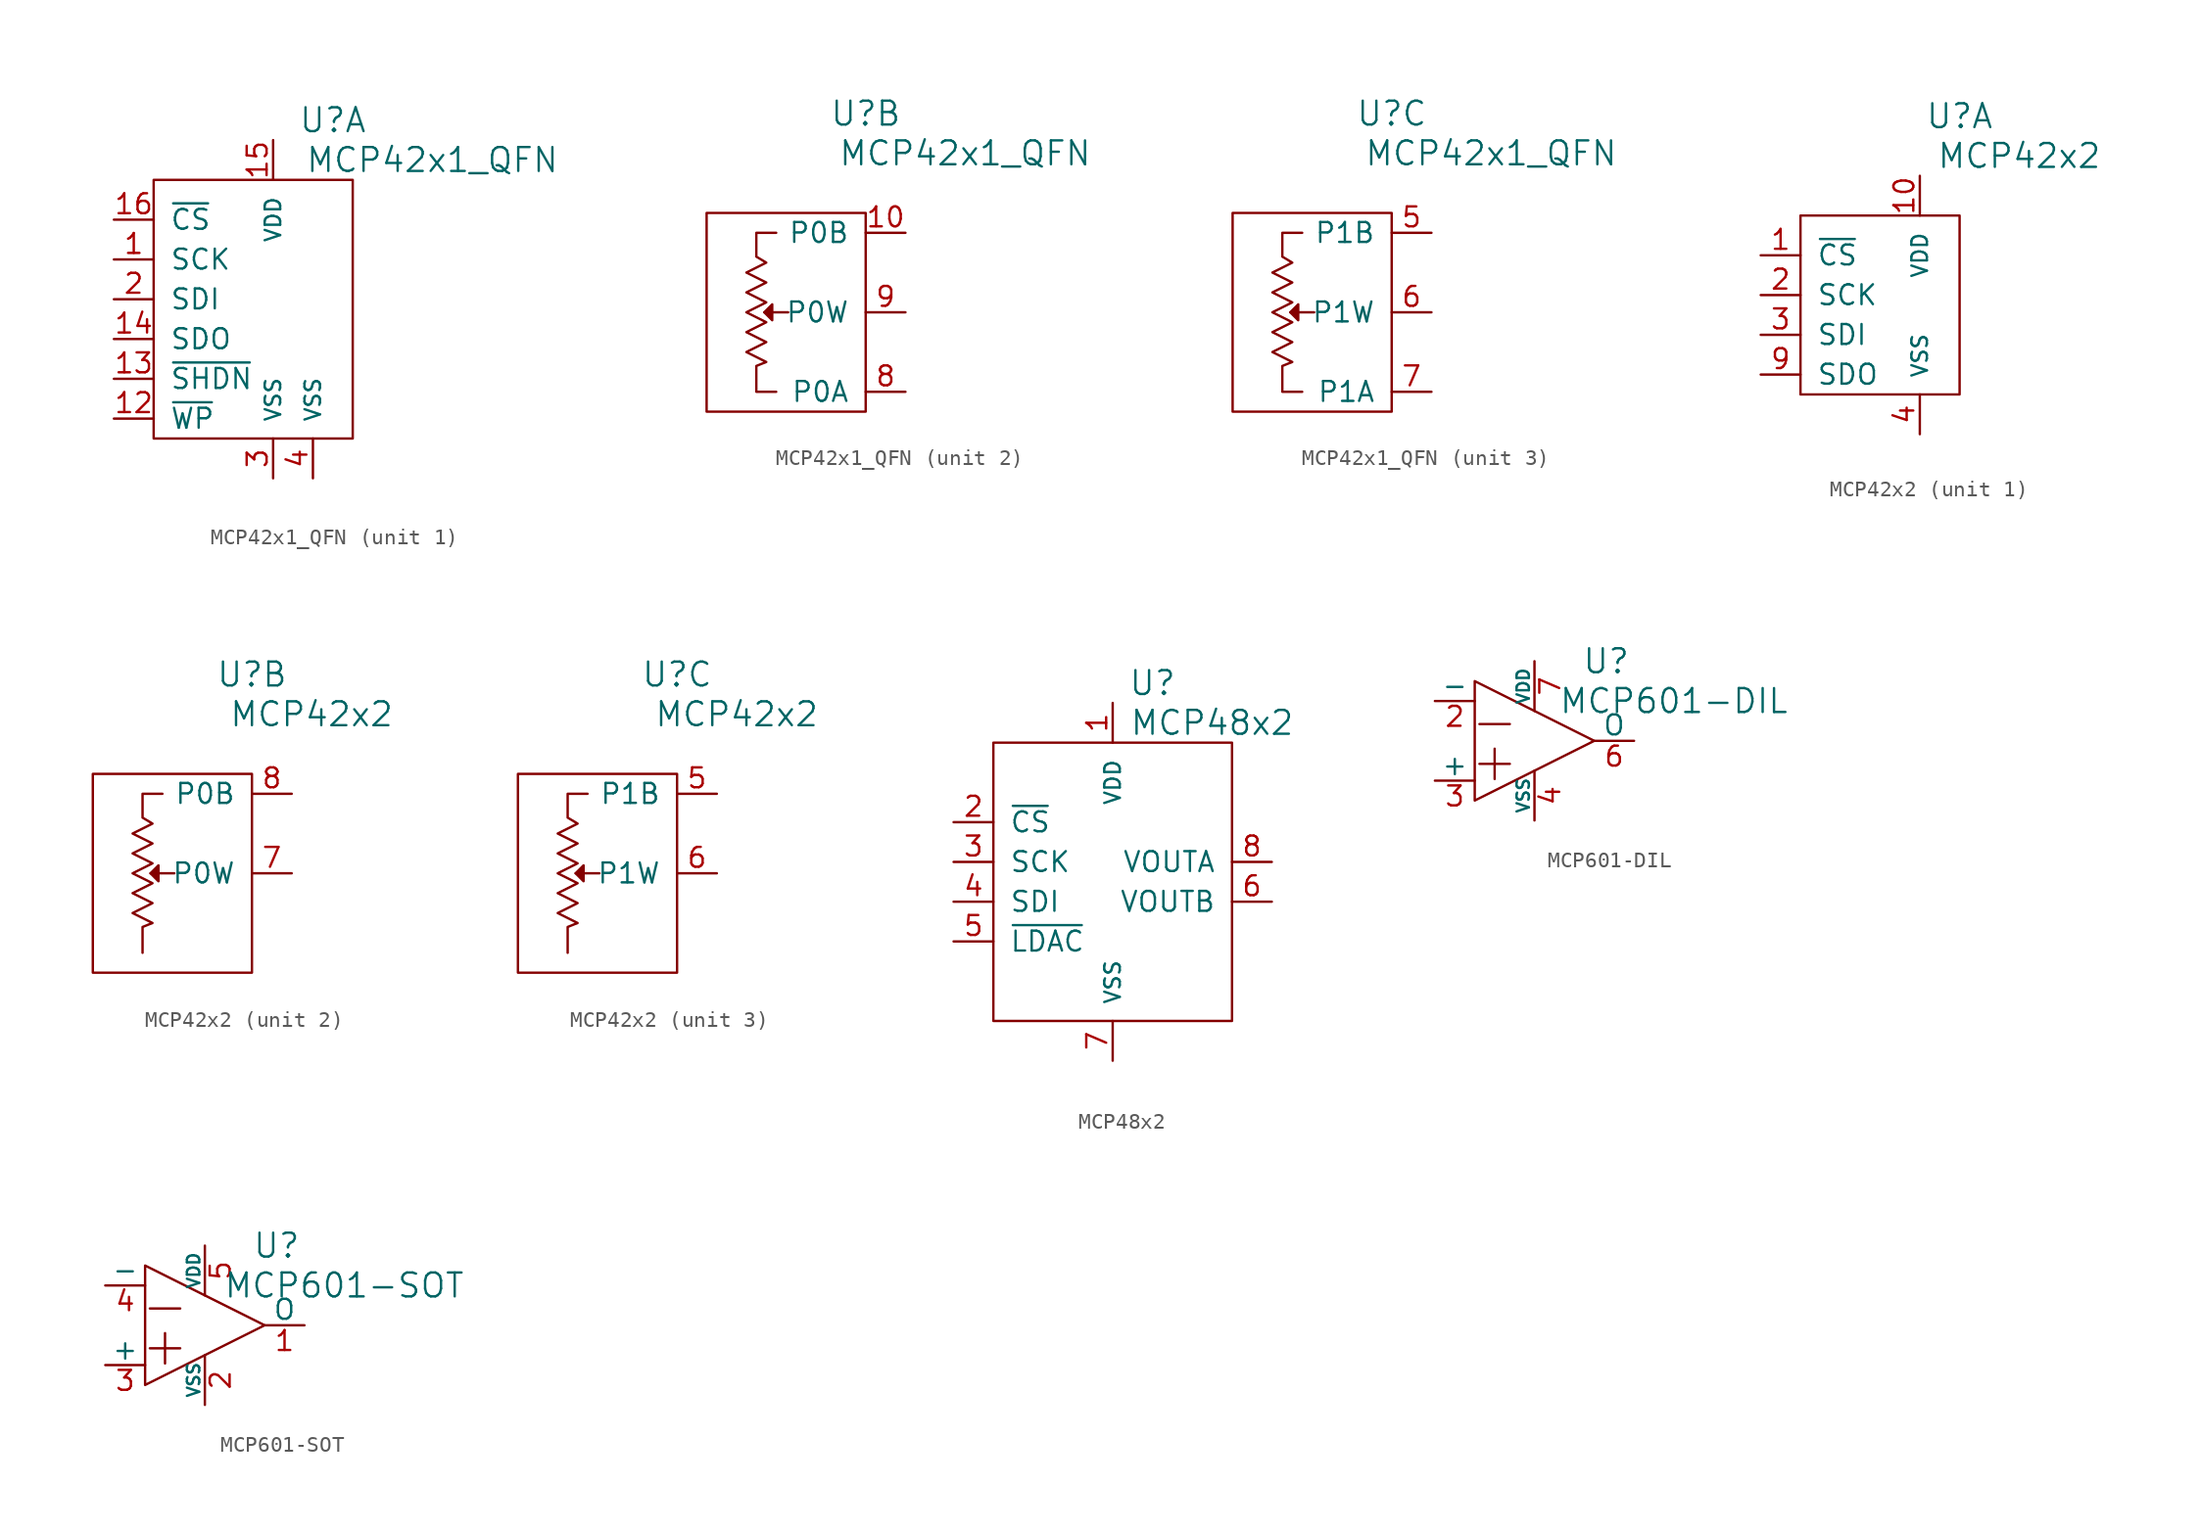
<source format=kicad_sym>
(kicad_symbol_lib
  (version 20220914)
  (generator kicad_symbol_editor)
  (symbol "MCP42x1_QFN"
    (pin_names
      (offset 1.016))
    (property "Reference" "U"
      (at 5.08 12.7 0)
      (effects (font (size 1.524 1.524))))
    (property "Value" "MCP42x1_QFN"
      (at 11.43 10.16 0)
      (effects (font (size 1.524 1.524))))
    (property "Footprint" ""
      (at -1.27 0 0)
      (effects (font (size 1.524 1.524))))
    (property "Datasheet" ""
      (at 0 0 0)
      (effects (font (size 1.524 1.524))))
    (property "ki_locked" ""
      (at 0 0 0)
      (effects (font (size 1.27 1.27))))
    (symbol "MCP42x1_QFN_1_1"
      (rectangle (start -6.35 8.89) (end 6.35 -7.62) (stroke (width 0) (type solid)) (fill (type none)))
      (pin passive line (at -8.89 3.81 0) (length 2.54) (name "SCK" (effects (font (size 1.27 1.27)))) (number "1" (effects (font (size 1.27 1.27)))))
      (pin passive line (at -8.89 -6.35 0) (length 2.54) (name "~{WP}" (effects (font (size 1.27 1.27)))) (number "12" (effects (font (size 1.27 1.27)))))
      (pin passive line (at -8.89 -3.81 0) (length 2.54) (name "~{SHDN}" (effects (font (size 1.27 1.27)))) (number "13" (effects (font (size 1.27 1.27)))))
      (pin passive line (at -8.89 -1.27 0) (length 2.54) (name "SDO" (effects (font (size 1.27 1.27)))) (number "14" (effects (font (size 1.27 1.27)))))
      (pin passive line (at 1.27 11.43 270) (length 2.54) (name "VDD" (effects (font (size 0.991 0.991)))) (number "15" (effects (font (size 1.27 1.27)))))
      (pin passive line (at -8.89 6.35 0) (length 2.54) (name "~{CS}" (effects (font (size 1.27 1.27)))) (number "16" (effects (font (size 1.27 1.27)))))
      (pin passive line (at -8.89 1.27 0) (length 2.54) (name "SDI" (effects (font (size 1.27 1.27)))) (number "2" (effects (font (size 1.27 1.27)))))
      (pin passive line (at 1.27 -10.16 90) (length 2.54) (name "VSS" (effects (font (size 0.991 0.991)))) (number "3" (effects (font (size 1.27 1.27)))))
      (pin passive line (at 3.81 -10.16 90) (length 2.54) (name "VSS" (effects (font (size 0.991 0.991)))) (number "4" (effects (font (size 1.27 1.27))))))
    (symbol "MCP42x1_QFN_2_1"
      (rectangle (start -5.08 6.35) (end 5.08 -6.35) (stroke (width 0) (type solid)) (fill (type none)))
      (polyline (pts (xy -1.397 0) (xy 0.127 0)) (stroke (width 0) (type solid)) (fill (type none)))
      (polyline (pts (xy -1.397 0) (xy -0.889 0.508) (xy -0.889 -0.508) (xy -1.397 0)) (stroke (width 0) (type solid)) (fill (type outline)))
      (polyline (pts (xy -0.635 -5.08) (xy -1.905 -5.08) (xy -1.905 -3.429) (xy -1.27 -3.175) (xy -2.54 -2.54) (xy -1.27 -1.905) (xy -2.54 -1.27) (xy -1.27 -0.635) (xy -2.54 0) (xy -1.27 0.635) (xy -2.54 1.27) (xy -1.27 1.905) (xy -2.54 2.54) (xy -1.27 3.175) (xy -1.905 3.556) (xy -1.905 5.08) (xy -0.635 5.08)) (stroke (width 0) (type solid)) (fill (type none)))
      (pin passive line (at 7.62 5.08 180) (length 2.54) (name "P0B" (effects (font (size 1.27 1.27)))) (number "10" (effects (font (size 1.27 1.27)))))
      (pin passive line (at 7.62 -5.08 180) (length 2.54) (name "P0A" (effects (font (size 1.27 1.27)))) (number "8" (effects (font (size 1.27 1.27)))))
      (pin passive line (at 7.62 0 180) (length 2.54) (name "P0W" (effects (font (size 1.27 1.27)))) (number "9" (effects (font (size 1.27 1.27))))))
    (symbol "MCP42x1_QFN_3_1"
      (rectangle (start -5.08 6.35) (end 5.08 -6.35) (stroke (width 0) (type solid)) (fill (type none)))
      (polyline (pts (xy -1.397 0) (xy 0.127 0)) (stroke (width 0) (type solid)) (fill (type none)))
      (polyline (pts (xy -1.397 0) (xy -0.889 0.508) (xy -0.889 -0.508) (xy -1.397 0)) (stroke (width 0) (type solid)) (fill (type outline)))
      (polyline (pts (xy -0.635 -5.08) (xy -1.905 -5.08) (xy -1.905 -3.429) (xy -1.27 -3.175) (xy -2.54 -2.54) (xy -1.27 -1.905) (xy -2.54 -1.27) (xy -1.27 -0.635) (xy -2.54 0) (xy -1.27 0.635) (xy -2.54 1.27) (xy -1.27 1.905) (xy -2.54 2.54) (xy -1.27 3.175) (xy -1.905 3.556) (xy -1.905 5.08) (xy -0.635 5.08)) (stroke (width 0) (type solid)) (fill (type none)))
      (pin passive line (at 7.62 5.08 180) (length 2.54) (name "P1B" (effects (font (size 1.27 1.27)))) (number "5" (effects (font (size 1.27 1.27)))))
      (pin passive line (at 7.62 0 180) (length 2.54) (name "P1W" (effects (font (size 1.27 1.27)))) (number "6" (effects (font (size 1.27 1.27)))))
      (pin passive line (at 7.62 -5.08 180) (length 2.54) (name "P1A" (effects (font (size 1.27 1.27)))) (number "7" (effects (font (size 1.27 1.27)))))))
  (symbol "MCP42x2"
    (pin_names
      (offset 1.016))
    (property "Reference" "U"
      (at 5.08 12.7 0)
      (effects (font (size 1.524 1.524))))
    (property "Value" "MCP42x2"
      (at 8.89 10.16 0)
      (effects (font (size 1.524 1.524))))
    (property "Footprint" ""
      (at 0 0 0)
      (effects (font (size 1.524 1.524))))
    (property "Datasheet" ""
      (at 0 0 0)
      (effects (font (size 1.524 1.524))))
    (property "ki_locked" ""
      (at 0 0 0)
      (effects (font (size 1.27 1.27))))
    (symbol "MCP42x2_1_1"
      (rectangle (start -5.08 6.35) (end 5.08 -5.08) (stroke (width 0) (type solid)) (fill (type none)))
      (pin passive line (at -7.62 3.81 0) (length 2.54) (name "~{CS}" (effects (font (size 1.27 1.27)))) (number "1" (effects (font (size 1.27 1.27)))))
      (pin passive line (at 2.54 8.89 270) (length 2.54) (name "VDD" (effects (font (size 0.991 0.991)))) (number "10" (effects (font (size 1.27 1.27)))))
      (pin passive line (at -7.62 1.27 0) (length 2.54) (name "SCK" (effects (font (size 1.27 1.27)))) (number "2" (effects (font (size 1.27 1.27)))))
      (pin passive line (at -7.62 -1.27 0) (length 2.54) (name "SDI" (effects (font (size 1.27 1.27)))) (number "3" (effects (font (size 1.27 1.27)))))
      (pin passive line (at 2.54 -7.62 90) (length 2.54) (name "VSS" (effects (font (size 0.991 0.991)))) (number "4" (effects (font (size 1.27 1.27)))))
      (pin passive line (at -7.62 -3.81 0) (length 2.54) (name "SDO" (effects (font (size 1.27 1.27)))) (number "9" (effects (font (size 1.27 1.27))))))
    (symbol "MCP42x2_2_1"
      (rectangle (start -5.08 6.35) (end 5.08 -6.35) (stroke (width 0) (type solid)) (fill (type none)))
      (polyline (pts (xy -1.397 0) (xy 0.127 0)) (stroke (width 0) (type solid)) (fill (type none)))
      (polyline (pts (xy -1.397 0) (xy -0.889 0.508) (xy -0.889 -0.508) (xy -1.397 0)) (stroke (width 0) (type solid)) (fill (type outline)))
      (polyline (pts (xy -1.905 -3.429) (xy -1.905 -5.08) (xy -1.905 -3.429) (xy -1.27 -3.175) (xy -2.54 -2.54) (xy -1.27 -1.905) (xy -2.54 -1.27) (xy -1.27 -0.635) (xy -2.54 0) (xy -1.27 0.635) (xy -2.54 1.27) (xy -1.27 1.905) (xy -2.54 2.54) (xy -1.27 3.175) (xy -1.905 3.556) (xy -1.905 5.08) (xy -0.635 5.08)) (stroke (width 0) (type solid)) (fill (type none)))
      (pin passive line (at 7.62 0 180) (length 2.54) (name "P0W" (effects (font (size 1.27 1.27)))) (number "7" (effects (font (size 1.27 1.27)))))
      (pin passive line (at 7.62 5.08 180) (length 2.54) (name "P0B" (effects (font (size 1.27 1.27)))) (number "8" (effects (font (size 1.27 1.27))))))
    (symbol "MCP42x2_3_1"
      (rectangle (start -5.08 6.35) (end 5.08 -6.35) (stroke (width 0) (type solid)) (fill (type none)))
      (polyline (pts (xy -1.397 0) (xy 0.127 0)) (stroke (width 0) (type solid)) (fill (type none)))
      (polyline (pts (xy -1.397 0) (xy -0.889 0.508) (xy -0.889 -0.508) (xy -1.397 0)) (stroke (width 0) (type solid)) (fill (type outline)))
      (polyline (pts (xy -1.905 -3.429) (xy -1.905 -5.08) (xy -1.905 -3.429) (xy -1.27 -3.175) (xy -2.54 -2.54) (xy -1.27 -1.905) (xy -2.54 -1.27) (xy -1.27 -0.635) (xy -2.54 0) (xy -1.27 0.635) (xy -2.54 1.27) (xy -1.27 1.905) (xy -2.54 2.54) (xy -1.27 3.175) (xy -1.905 3.556) (xy -1.905 5.08) (xy -0.635 5.08)) (stroke (width 0) (type solid)) (fill (type none)))
      (pin passive line (at 7.62 5.08 180) (length 2.54) (name "P1B" (effects (font (size 1.27 1.27)))) (number "5" (effects (font (size 1.27 1.27)))))
      (pin passive line (at 7.62 0 180) (length 2.54) (name "P1W" (effects (font (size 1.27 1.27)))) (number "6" (effects (font (size 1.27 1.27)))))))
  (symbol "MCP48x2"
    (pin_names
      (offset 1.016))
    (property "Reference" "U"
      (at 2.54 12.7 0)
      (effects (font (size 1.524 1.524))))
    (property "Value" "MCP48x2"
      (at 6.35 10.16 0)
      (effects (font (size 1.524 1.524))))
    (property "Footprint" ""
      (at 0 0 0)
      (effects (font (size 1.524 1.524))))
    (property "Datasheet" ""
      (at 0 0 0)
      (effects (font (size 1.524 1.524))))
    (symbol "MCP48x2_0_1"
      (rectangle (start -7.62 8.89) (end 7.62 -8.89) (stroke (width 0) (type solid)) (fill (type none))))
    (symbol "MCP48x2_1_1"
      (pin passive line (at 0 11.43 270) (length 2.54) (name "VDD" (effects (font (size 0.991 0.991)))) (number "1" (effects (font (size 1.27 1.27)))))
      (pin passive line (at -10.16 3.81 0) (length 2.54) (name "~{CS}" (effects (font (size 1.27 1.27)))) (number "2" (effects (font (size 1.27 1.27)))))
      (pin passive line (at -10.16 1.27 0) (length 2.54) (name "SCK" (effects (font (size 1.27 1.27)))) (number "3" (effects (font (size 1.27 1.27)))))
      (pin passive line (at -10.16 -1.27 0) (length 2.54) (name "SDI" (effects (font (size 1.27 1.27)))) (number "4" (effects (font (size 1.27 1.27)))))
      (pin passive line (at -10.16 -3.81 0) (length 2.54) (name "~{LDAC}" (effects (font (size 1.27 1.27)))) (number "5" (effects (font (size 1.27 1.27)))))
      (pin passive line (at 10.16 -1.27 180) (length 2.54) (name "VOUTB" (effects (font (size 1.27 1.27)))) (number "6" (effects (font (size 1.27 1.27)))))
      (pin passive line (at 0 -11.43 90) (length 2.54) (name "VSS" (effects (font (size 0.991 0.991)))) (number "7" (effects (font (size 1.27 1.27)))))
      (pin passive line (at 10.16 1.27 180) (length 2.54) (name "VOUTA" (effects (font (size 1.27 1.27)))) (number "8" (effects (font (size 1.27 1.27)))))))
  (symbol "MCP601-DIL"
    (pin_names
      (offset 0))
    (property "Reference" "U"
      (at 4.572 5.08 0)
      (effects (font (size 1.524 1.524))))
    (property "Value" "MCP601-DIL"
      (at 8.89 2.54 0)
      (effects (font (size 1.524 1.524))))
    (property "Footprint" ""
      (at 0 0 0)
      (effects (font (size 1.524 1.524))))
    (property "Datasheet" ""
      (at 0 0 0)
      (effects (font (size 1.524 1.524))))
    (symbol "MCP601-DIL_0_0"
      (polyline (pts (xy -3.81 3.81) (xy -3.81 -3.81) (xy 3.81 0) (xy -3.81 3.81) (xy -3.81 3.81)) (stroke (width 0) (type solid)) (fill (type none)))
      (text "+" (at -2.54 -1.27 0) (effects (font (size 2.54 2.54))))
      (text "-" (at -2.54 1.27 0) (effects (font (size 2.54 2.54)))))
    (symbol "MCP601-DIL_1_1"
      (pin passive line (at -6.35 2.54 0) (length 2.54) (name "-" (effects (font (size 1.27 1.27)))) (number "2" (effects (font (size 1.27 1.27)))))
      (pin passive line (at -6.35 -2.54 0) (length 2.54) (name "+" (effects (font (size 1.27 1.27)))) (number "3" (effects (font (size 1.27 1.27)))))
      (pin passive line (at 0 -5.08 90) (length 3.175) (name "VSS" (effects (font (size 0.787 0.787)))) (number "4" (effects (font (size 1.27 1.27)))))
      (pin passive line (at 6.35 0 180) (length 2.54) (name "O" (effects (font (size 1.27 1.27)))) (number "6" (effects (font (size 1.27 1.27)))))
      (pin passive line (at 0 5.08 270) (length 3.175) (name "VDD" (effects (font (size 0.787 0.787)))) (number "7" (effects (font (size 1.27 1.27)))))))
  (symbol "MCP601-SOT"
    (pin_names
      (offset 0))
    (property "Reference" "U"
      (at 4.572 5.08 0)
      (effects (font (size 1.524 1.524))))
    (property "Value" "MCP601-SOT"
      (at 8.89 2.54 0)
      (effects (font (size 1.524 1.524))))
    (property "Footprint" ""
      (at 0 0 0)
      (effects (font (size 1.524 1.524))))
    (property "Datasheet" ""
      (at 0 0 0)
      (effects (font (size 1.524 1.524))))
    (symbol "MCP601-SOT_0_0"
      (polyline (pts (xy -3.81 3.81) (xy -3.81 -3.81) (xy 3.81 0) (xy -3.81 3.81) (xy -3.81 3.81)) (stroke (width 0) (type solid)) (fill (type none)))
      (text "+" (at -2.54 -1.27 0) (effects (font (size 2.54 2.54))))
      (text "-" (at -2.54 1.27 0) (effects (font (size 2.54 2.54)))))
    (symbol "MCP601-SOT_1_1"
      (pin passive line (at 6.35 0 180) (length 2.54) (name "O" (effects (font (size 1.27 1.27)))) (number "1" (effects (font (size 1.27 1.27)))))
      (pin passive line (at 0 -5.08 90) (length 3.175) (name "VSS" (effects (font (size 0.787 0.787)))) (number "2" (effects (font (size 1.27 1.27)))))
      (pin passive line (at -6.35 -2.54 0) (length 2.54) (name "+" (effects (font (size 1.27 1.27)))) (number "3" (effects (font (size 1.27 1.27)))))
      (pin passive line (at -6.35 2.54 0) (length 2.54) (name "-" (effects (font (size 1.27 1.27)))) (number "4" (effects (font (size 1.27 1.27)))))
      (pin passive line (at 0 5.08 270) (length 3.175) (name "VDD" (effects (font (size 0.787 0.787)))) (number "5" (effects (font (size 1.27 1.27))))))))
</source>
